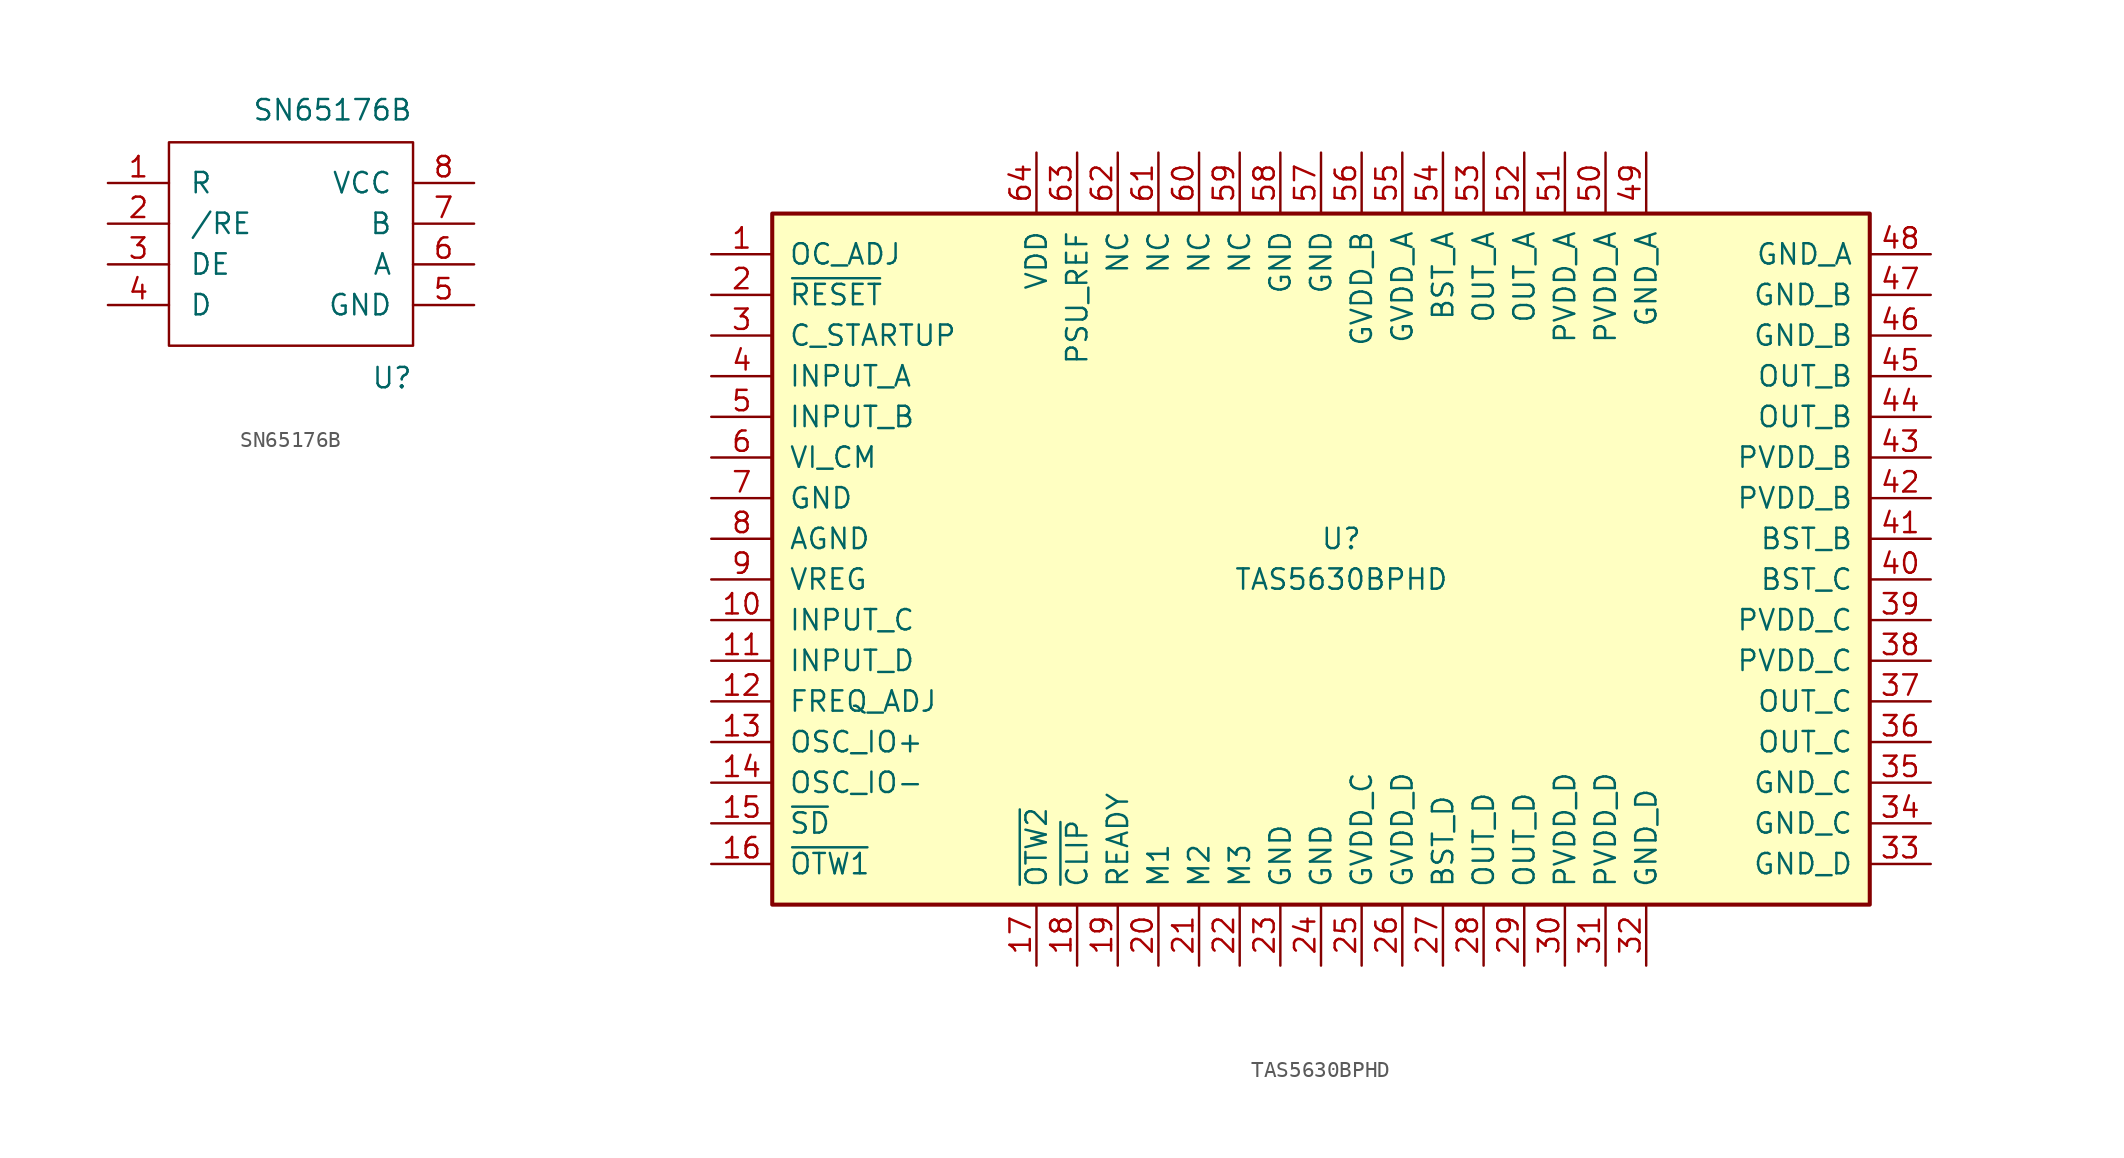
<source format=kicad_sym>
(kicad_symbol_lib
  (version 20211014)
  (generator kicad_symbol_editor)
  (symbol "SN65176B"
    (pin_names
      (offset 1.27))
    (property "Reference" "U"
      (at 7.62 -6.35 0)
      (effects (font (size 1.27 1.27)) (justify right top)))
    (property "Value" "SN65176B"
      (at 7.62 8.89 0)
      (effects (font (size 1.27 1.27)) (justify right bottom)))
    (property "Footprint" ""
      (at 0 0 0)
      (effects (font (size 1.524 1.524))))
    (property "Datasheet" ""
      (at 0 0 0)
      (effects (font (size 1.524 1.524))))
    (symbol "SN65176B_0_1"
      (rectangle (start -7.62 -5.08) (end 7.62 7.62) (stroke (width 0) (type default) (color 0 0 0 0)) (fill (type none))))
    (symbol "SN65176B_1_1"
      (pin input line (at -11.43 5.08 0) (length 3.81) (name "R" (effects (font (size 1.27 1.27)))) (number "1" (effects (font (size 1.27 1.27)))))
      (pin input line (at -11.43 2.54 0) (length 3.81) (name "/RE" (effects (font (size 1.27 1.27)))) (number "2" (effects (font (size 1.27 1.27)))))
      (pin input line (at -11.43 0 0) (length 3.81) (name "DE" (effects (font (size 1.27 1.27)))) (number "3" (effects (font (size 1.27 1.27)))))
      (pin input line (at -11.43 -2.54 0) (length 3.81) (name "D" (effects (font (size 1.27 1.27)))) (number "4" (effects (font (size 1.27 1.27)))))
      (pin passive line (at 11.43 -2.54 180) (length 3.81) (name "GND" (effects (font (size 1.27 1.27)))) (number "5" (effects (font (size 1.27 1.27)))))
      (pin power_in line (at 11.43 0 180) (length 3.81) (name "A" (effects (font (size 1.27 1.27)))) (number "6" (effects (font (size 1.27 1.27)))))
      (pin output line (at 11.43 2.54 180) (length 3.81) (name "B" (effects (font (size 1.27 1.27)))) (number "7" (effects (font (size 1.27 1.27)))))
      (pin power_in line (at 11.43 5.08 180) (length 3.81) (name "VCC" (effects (font (size 1.27 1.27)))) (number "8" (effects (font (size 1.27 1.27)))))))
  (symbol "TAS5630BPHD"
    (pin_names
      (offset 1.016))
    (property "Reference" "U"
      (at 0 2.54 0)
      (effects (font (size 1.27 1.27))))
    (property "Value" "TAS5630BPHD"
      (at 0 0 0)
      (effects (font (size 1.27 1.27))))
    (symbol "TAS5630BPHD_0_1"
      (rectangle (start -35.56 22.86) (end 33.02 -20.32) (stroke (width 0.254) (type default) (color 0 0 0 0)) (fill (type background))))
    (symbol "TAS5630BPHD_1_1"
      (pin passive line (at -39.37 20.32 0) (length 3.81) (name "OC_ADJ" (effects (font (size 1.27 1.27)))) (number "1" (effects (font (size 1.27 1.27)))))
      (pin input line (at -39.37 -2.54 0) (length 3.81) (name "INPUT_C" (effects (font (size 1.27 1.27)))) (number "10" (effects (font (size 1.27 1.27)))))
      (pin input line (at -39.37 -5.08 0) (length 3.81) (name "INPUT_D" (effects (font (size 1.27 1.27)))) (number "11" (effects (font (size 1.27 1.27)))))
      (pin passive line (at -39.37 -7.62 0) (length 3.81) (name "FREQ_ADJ" (effects (font (size 1.27 1.27)))) (number "12" (effects (font (size 1.27 1.27)))))
      (pin bidirectional line (at -39.37 -10.16 0) (length 3.81) (name "OSC_IO+" (effects (font (size 1.27 1.27)))) (number "13" (effects (font (size 1.27 1.27)))))
      (pin bidirectional line (at -39.37 -12.7 0) (length 3.81) (name "OSC_IO-" (effects (font (size 1.27 1.27)))) (number "14" (effects (font (size 1.27 1.27)))))
      (pin input line (at -39.37 -15.24 0) (length 3.81) (name "~{SD}" (effects (font (size 1.27 1.27)))) (number "15" (effects (font (size 1.27 1.27)))))
      (pin output line (at -39.37 -17.78 0) (length 3.81) (name "~{OTW1}" (effects (font (size 1.27 1.27)))) (number "16" (effects (font (size 1.27 1.27)))))
      (pin output line (at -19.05 -24.13 90) (length 3.81) (name "~{OTW2}" (effects (font (size 1.27 1.27)))) (number "17" (effects (font (size 1.27 1.27)))))
      (pin output line (at -16.51 -24.13 90) (length 3.81) (name "~{CLIP}" (effects (font (size 1.27 1.27)))) (number "18" (effects (font (size 1.27 1.27)))))
      (pin output line (at -13.97 -24.13 90) (length 3.81) (name "READY" (effects (font (size 1.27 1.27)))) (number "19" (effects (font (size 1.27 1.27)))))
      (pin input line (at -39.37 17.78 0) (length 3.81) (name "~{RESET}" (effects (font (size 1.27 1.27)))) (number "2" (effects (font (size 1.27 1.27)))))
      (pin input line (at -11.43 -24.13 90) (length 3.81) (name "M1" (effects (font (size 1.27 1.27)))) (number "20" (effects (font (size 1.27 1.27)))))
      (pin input line (at -8.89 -24.13 90) (length 3.81) (name "M2" (effects (font (size 1.27 1.27)))) (number "21" (effects (font (size 1.27 1.27)))))
      (pin input line (at -6.35 -24.13 90) (length 3.81) (name "M3" (effects (font (size 1.27 1.27)))) (number "22" (effects (font (size 1.27 1.27)))))
      (pin power_in line (at -3.81 -24.13 90) (length 3.81) (name "GND" (effects (font (size 1.27 1.27)))) (number "23" (effects (font (size 1.27 1.27)))))
      (pin power_in line (at -1.27 -24.13 90) (length 3.81) (name "GND" (effects (font (size 1.27 1.27)))) (number "24" (effects (font (size 1.27 1.27)))))
      (pin power_in line (at 1.27 -24.13 90) (length 3.81) (name "GVDD_C" (effects (font (size 1.27 1.27)))) (number "25" (effects (font (size 1.27 1.27)))))
      (pin power_in line (at 3.81 -24.13 90) (length 3.81) (name "GVDD_D" (effects (font (size 1.27 1.27)))) (number "26" (effects (font (size 1.27 1.27)))))
      (pin power_in line (at 6.35 -24.13 90) (length 3.81) (name "BST_D" (effects (font (size 1.27 1.27)))) (number "27" (effects (font (size 1.27 1.27)))))
      (pin power_out line (at 8.89 -24.13 90) (length 3.81) (name "OUT_D" (effects (font (size 1.27 1.27)))) (number "28" (effects (font (size 1.27 1.27)))))
      (pin power_out line (at 11.43 -24.13 90) (length 3.81) (name "OUT_D" (effects (font (size 1.27 1.27)))) (number "29" (effects (font (size 1.27 1.27)))))
      (pin passive line (at -39.37 15.24 0) (length 3.81) (name "C_STARTUP" (effects (font (size 1.27 1.27)))) (number "3" (effects (font (size 1.27 1.27)))))
      (pin power_in line (at 13.97 -24.13 90) (length 3.81) (name "PVDD_D" (effects (font (size 1.27 1.27)))) (number "30" (effects (font (size 1.27 1.27)))))
      (pin power_in line (at 16.51 -24.13 90) (length 3.81) (name "PVDD_D" (effects (font (size 1.27 1.27)))) (number "31" (effects (font (size 1.27 1.27)))))
      (pin power_in line (at 19.05 -24.13 90) (length 3.81) (name "GND_D" (effects (font (size 1.27 1.27)))) (number "32" (effects (font (size 1.27 1.27)))))
      (pin power_in line (at 36.83 -17.78 180) (length 3.81) (name "GND_D" (effects (font (size 1.27 1.27)))) (number "33" (effects (font (size 1.27 1.27)))))
      (pin power_in line (at 36.83 -15.24 180) (length 3.81) (name "GND_C" (effects (font (size 1.27 1.27)))) (number "34" (effects (font (size 1.27 1.27)))))
      (pin power_in line (at 36.83 -12.7 180) (length 3.81) (name "GND_C" (effects (font (size 1.27 1.27)))) (number "35" (effects (font (size 1.27 1.27)))))
      (pin power_out line (at 36.83 -10.16 180) (length 3.81) (name "OUT_C" (effects (font (size 1.27 1.27)))) (number "36" (effects (font (size 1.27 1.27)))))
      (pin power_out line (at 36.83 -7.62 180) (length 3.81) (name "OUT_C" (effects (font (size 1.27 1.27)))) (number "37" (effects (font (size 1.27 1.27)))))
      (pin power_in line (at 36.83 -5.08 180) (length 3.81) (name "PVDD_C" (effects (font (size 1.27 1.27)))) (number "38" (effects (font (size 1.27 1.27)))))
      (pin power_in line (at 36.83 -2.54 180) (length 3.81) (name "PVDD_C" (effects (font (size 1.27 1.27)))) (number "39" (effects (font (size 1.27 1.27)))))
      (pin input line (at -39.37 12.7 0) (length 3.81) (name "INPUT_A" (effects (font (size 1.27 1.27)))) (number "4" (effects (font (size 1.27 1.27)))))
      (pin power_in line (at 36.83 0 180) (length 3.81) (name "BST_C" (effects (font (size 1.27 1.27)))) (number "40" (effects (font (size 1.27 1.27)))))
      (pin power_in line (at 36.83 2.54 180) (length 3.81) (name "BST_B" (effects (font (size 1.27 1.27)))) (number "41" (effects (font (size 1.27 1.27)))))
      (pin power_in line (at 36.83 5.08 180) (length 3.81) (name "PVDD_B" (effects (font (size 1.27 1.27)))) (number "42" (effects (font (size 1.27 1.27)))))
      (pin power_in line (at 36.83 7.62 180) (length 3.81) (name "PVDD_B" (effects (font (size 1.27 1.27)))) (number "43" (effects (font (size 1.27 1.27)))))
      (pin power_out line (at 36.83 10.16 180) (length 3.81) (name "OUT_B" (effects (font (size 1.27 1.27)))) (number "44" (effects (font (size 1.27 1.27)))))
      (pin power_out line (at 36.83 12.7 180) (length 3.81) (name "OUT_B" (effects (font (size 1.27 1.27)))) (number "45" (effects (font (size 1.27 1.27)))))
      (pin power_in line (at 36.83 15.24 180) (length 3.81) (name "GND_B" (effects (font (size 1.27 1.27)))) (number "46" (effects (font (size 1.27 1.27)))))
      (pin power_in line (at 36.83 17.78 180) (length 3.81) (name "GND_B" (effects (font (size 1.27 1.27)))) (number "47" (effects (font (size 1.27 1.27)))))
      (pin power_in line (at 36.83 20.32 180) (length 3.81) (name "GND_A" (effects (font (size 1.27 1.27)))) (number "48" (effects (font (size 1.27 1.27)))))
      (pin power_in line (at 19.05 26.67 270) (length 3.81) (name "GND_A" (effects (font (size 1.27 1.27)))) (number "49" (effects (font (size 1.27 1.27)))))
      (pin input line (at -39.37 10.16 0) (length 3.81) (name "INPUT_B" (effects (font (size 1.27 1.27)))) (number "5" (effects (font (size 1.27 1.27)))))
      (pin power_in line (at 16.51 26.67 270) (length 3.81) (name "PVDD_A" (effects (font (size 1.27 1.27)))) (number "50" (effects (font (size 1.27 1.27)))))
      (pin power_in line (at 13.97 26.67 270) (length 3.81) (name "PVDD_A" (effects (font (size 1.27 1.27)))) (number "51" (effects (font (size 1.27 1.27)))))
      (pin power_out line (at 11.43 26.67 270) (length 3.81) (name "OUT_A" (effects (font (size 1.27 1.27)))) (number "52" (effects (font (size 1.27 1.27)))))
      (pin power_out line (at 8.89 26.67 270) (length 3.81) (name "OUT_A" (effects (font (size 1.27 1.27)))) (number "53" (effects (font (size 1.27 1.27)))))
      (pin power_in line (at 6.35 26.67 270) (length 3.81) (name "BST_A" (effects (font (size 1.27 1.27)))) (number "54" (effects (font (size 1.27 1.27)))))
      (pin power_in line (at 3.81 26.67 270) (length 3.81) (name "GVDD_A" (effects (font (size 1.27 1.27)))) (number "55" (effects (font (size 1.27 1.27)))))
      (pin power_in line (at 1.27 26.67 270) (length 3.81) (name "GVDD_B" (effects (font (size 1.27 1.27)))) (number "56" (effects (font (size 1.27 1.27)))))
      (pin power_in line (at -1.27 26.67 270) (length 3.81) (name "GND" (effects (font (size 1.27 1.27)))) (number "57" (effects (font (size 1.27 1.27)))))
      (pin power_in line (at -3.81 26.67 270) (length 3.81) (name "GND" (effects (font (size 1.27 1.27)))) (number "58" (effects (font (size 1.27 1.27)))))
      (pin passive line (at -6.35 26.67 270) (length 3.81) (name "NC" (effects (font (size 1.27 1.27)))) (number "59" (effects (font (size 1.27 1.27)))))
      (pin passive line (at -39.37 7.62 0) (length 3.81) (name "VI_CM" (effects (font (size 1.27 1.27)))) (number "6" (effects (font (size 1.27 1.27)))))
      (pin passive line (at -8.89 26.67 270) (length 3.81) (name "NC" (effects (font (size 1.27 1.27)))) (number "60" (effects (font (size 1.27 1.27)))))
      (pin passive line (at -11.43 26.67 270) (length 3.81) (name "NC" (effects (font (size 1.27 1.27)))) (number "61" (effects (font (size 1.27 1.27)))))
      (pin passive line (at -13.97 26.67 270) (length 3.81) (name "NC" (effects (font (size 1.27 1.27)))) (number "62" (effects (font (size 1.27 1.27)))))
      (pin passive line (at -16.51 26.67 270) (length 3.81) (name "PSU_REF" (effects (font (size 1.27 1.27)))) (number "63" (effects (font (size 1.27 1.27)))))
      (pin power_in line (at -19.05 26.67 270) (length 3.81) (name "VDD" (effects (font (size 1.27 1.27)))) (number "64" (effects (font (size 1.27 1.27)))))
      (pin power_in line (at -39.37 5.08 0) (length 3.81) (name "GND" (effects (font (size 1.27 1.27)))) (number "7" (effects (font (size 1.27 1.27)))))
      (pin power_in line (at -39.37 2.54 0) (length 3.81) (name "AGND" (effects (font (size 1.27 1.27)))) (number "8" (effects (font (size 1.27 1.27)))))
      (pin passive line (at -39.37 0 0) (length 3.81) (name "VREG" (effects (font (size 1.27 1.27)))) (number "9" (effects (font (size 1.27 1.27))))))))
</source>
